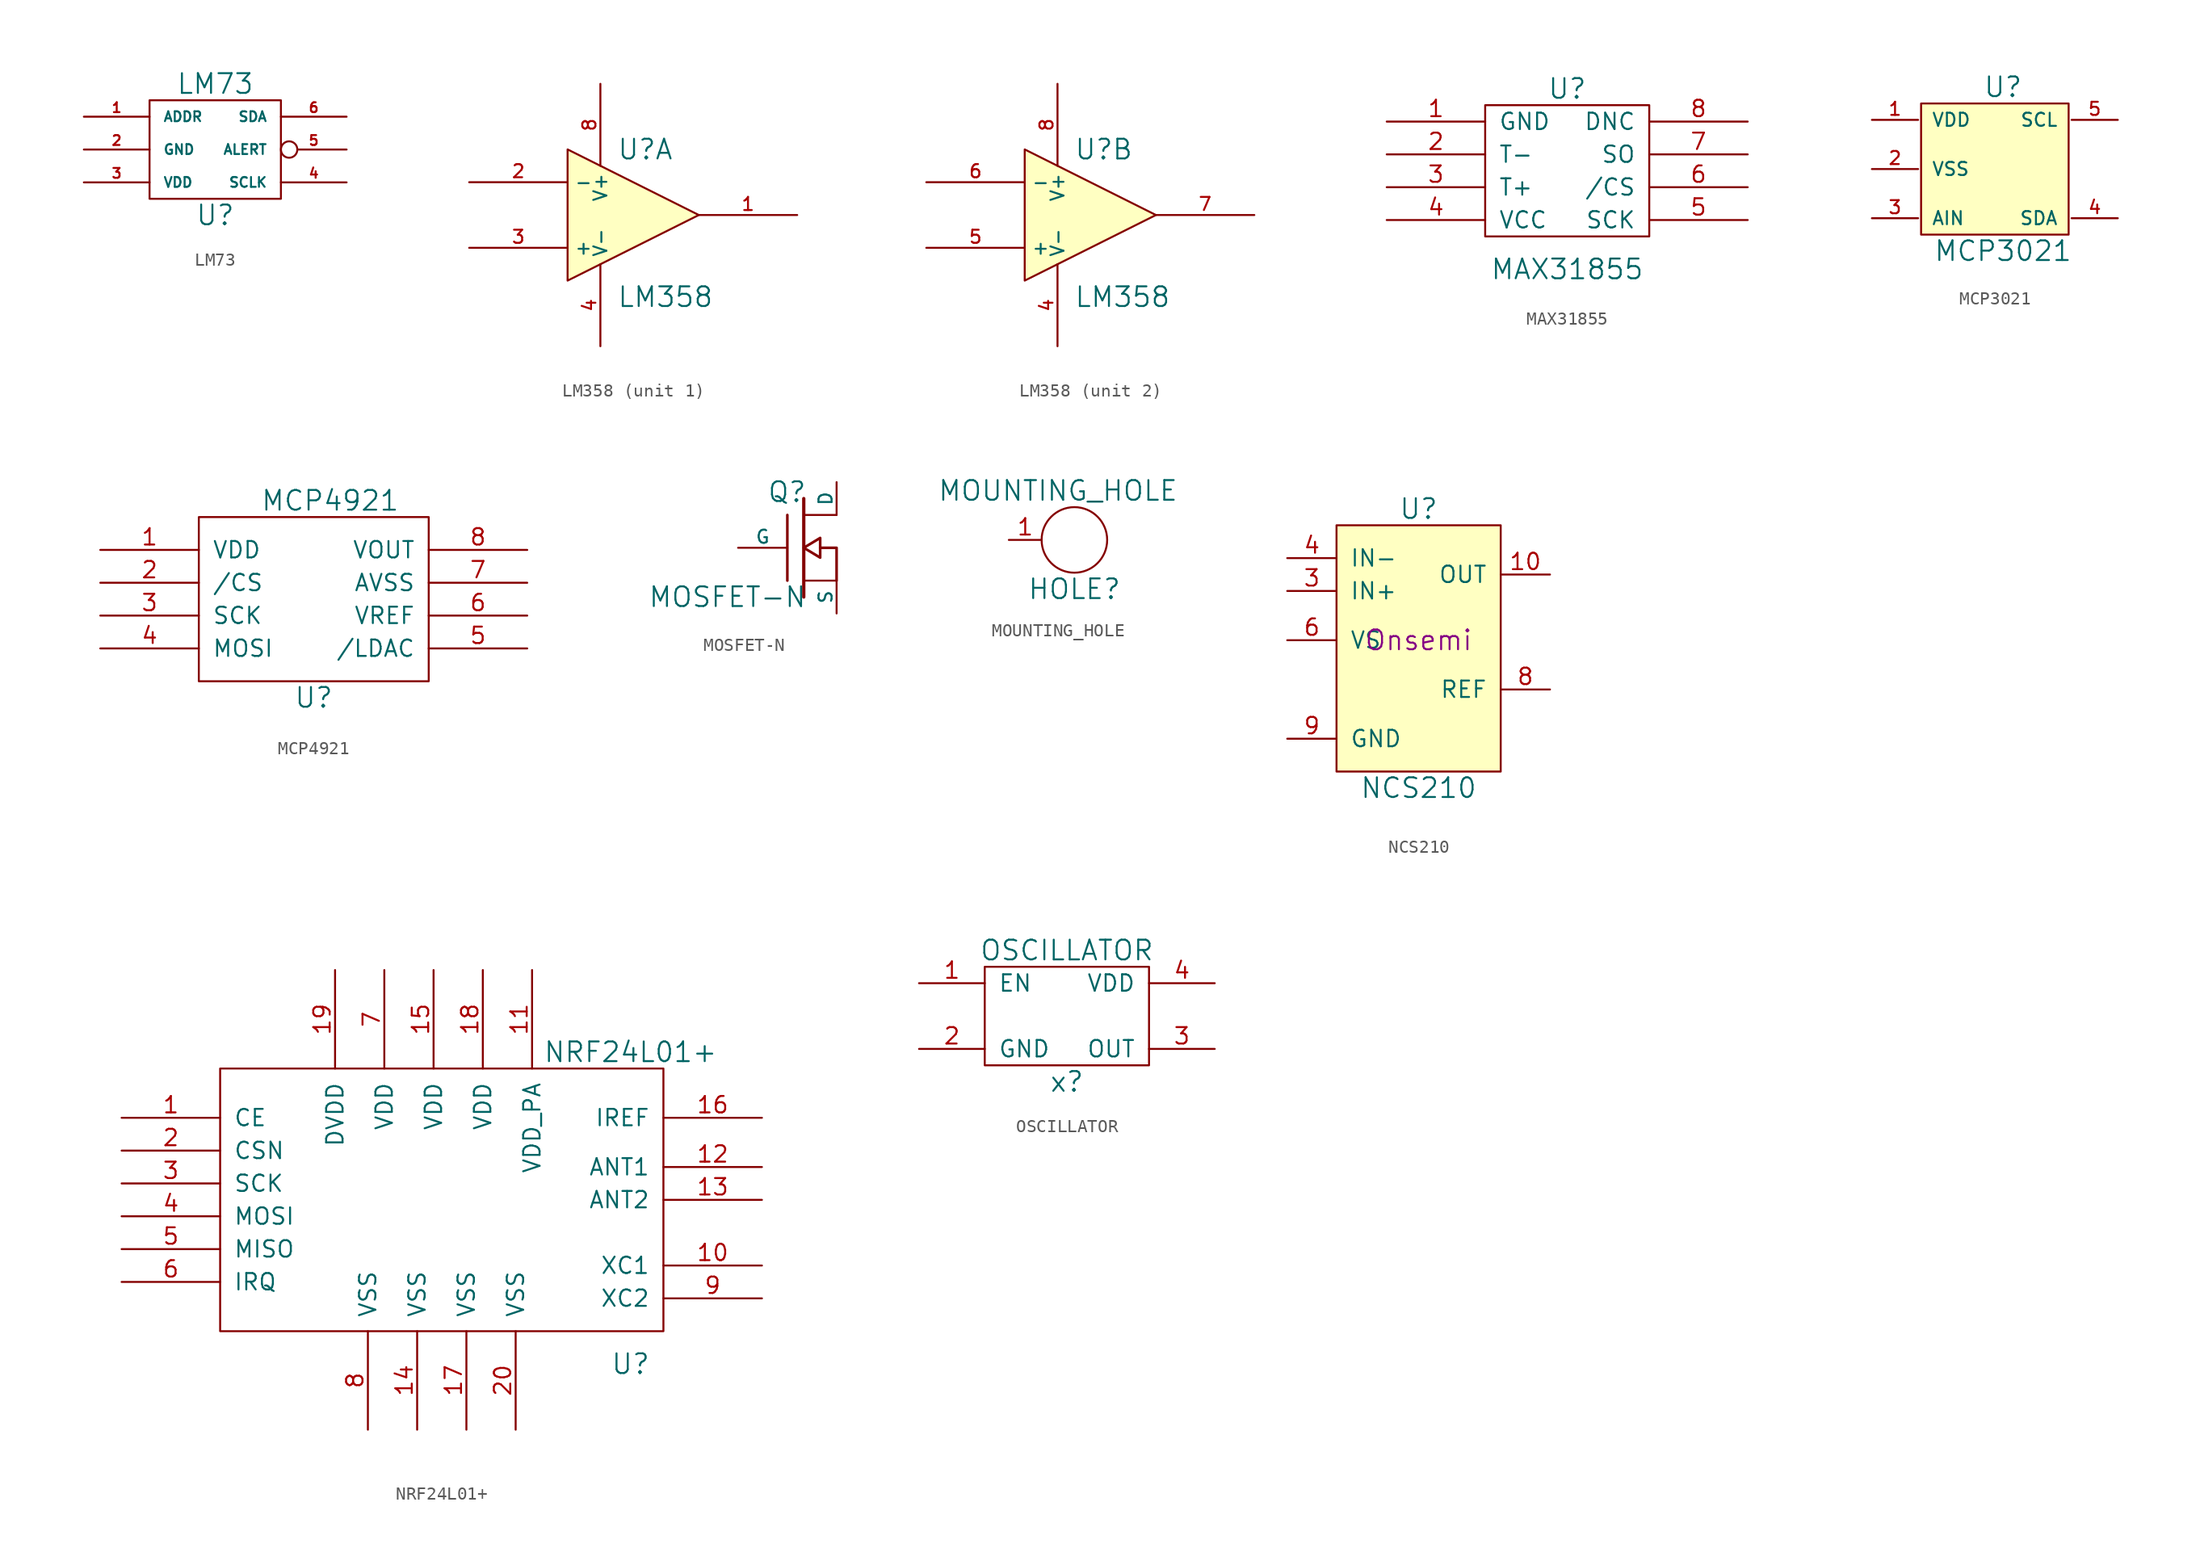
<source format=kicad_sym>
(kicad_symbol_lib
  (version 20211014)
  (generator kicad_symbol_editor)
  (symbol "LM73"
    (pin_names
      (offset 1.016))
    (property "Reference" "U"
      (at 0 -5.08 0)
      (effects (font (size 1.524 1.524))))
    (property "Value" "LM73"
      (at 0 5.08 0)
      (effects (font (size 1.524 1.524))))
    (property "Datasheet" ""
      (at 0 0 0)
      (effects (font (size 1.524 1.524))))
    (symbol "LM73_0_1"
      (rectangle (start -5.08 3.81) (end 5.08 -3.81) (stroke (width 0) (type default) (color 0 0 0 0)) (fill (type none))))
    (symbol "LM73_1_1"
      (pin bidirectional line (at -10.16 2.54 0) (length 5.08) (name "ADDR" (effects (font (size 0.762 0.762)))) (number "1" (effects (font (size 0.762 0.762)))))
      (pin bidirectional line (at -10.16 0 0) (length 5.08) (name "GND" (effects (font (size 0.762 0.762)))) (number "2" (effects (font (size 0.762 0.762)))))
      (pin bidirectional line (at -10.16 -2.54 0) (length 5.08) (name "VDD" (effects (font (size 0.762 0.762)))) (number "3" (effects (font (size 0.762 0.762)))))
      (pin bidirectional line (at 10.16 -2.54 180) (length 5.08) (name "SCLK" (effects (font (size 0.762 0.762)))) (number "4" (effects (font (size 0.762 0.762)))))
      (pin bidirectional inverted (at 10.16 0 180) (length 5.08) (name "ALERT" (effects (font (size 0.762 0.762)))) (number "5" (effects (font (size 0.762 0.762)))))
      (pin bidirectional line (at 10.16 2.54 180) (length 5.08) (name "SDA" (effects (font (size 0.762 0.762)))) (number "6" (effects (font (size 0.762 0.762)))))))
  (symbol "LM358"
    (property "Reference" "U"
      (at -1.27 5.08 0)
      (effects (font (size 1.524 1.524)) (justify left)))
    (property "Value" "LM358"
      (at -1.27 -6.35 0)
      (effects (font (size 1.524 1.524)) (justify left)))
    (property "Footprint" ""
      (at 0 0 0)
      (effects (font (size 1.524 1.524))))
    (property "Datasheet" ""
      (at 0 0 0)
      (effects (font (size 1.524 1.524))))
    (symbol "LM358_0_1"
      (polyline (pts (xy -5.08 5.08) (xy 5.08 0) (xy -5.08 -5.08) (xy -5.08 5.08)) (stroke (width 0.152) (type default) (color 0 0 0 0)) (fill (type background)))
      (pin power_in line (at -2.54 -10.16 90) (length 6.35) (name "V-" (effects (font (size 1.016 1.016)))) (number "4" (effects (font (size 1.016 1.016)))))
      (pin power_in line (at -2.54 10.16 270) (length 6.35) (name "V+" (effects (font (size 1.016 1.016)))) (number "8" (effects (font (size 1.016 1.016))))))
    (symbol "LM358_1_1"
      (pin output line (at 12.7 0 180) (length 7.62) (name "~" (effects (font (size 1.016 1.016)))) (number "1" (effects (font (size 1.016 1.016)))))
      (pin input line (at -12.7 2.54 0) (length 7.62) (name "-" (effects (font (size 1.016 1.016)))) (number "2" (effects (font (size 1.016 1.016)))))
      (pin input line (at -12.7 -2.54 0) (length 7.62) (name "+" (effects (font (size 1.016 1.016)))) (number "3" (effects (font (size 1.016 1.016))))))
    (symbol "LM358_2_1"
      (pin input line (at -12.7 -2.54 0) (length 7.62) (name "+" (effects (font (size 1.016 1.016)))) (number "5" (effects (font (size 1.016 1.016)))))
      (pin input line (at -12.7 2.54 0) (length 7.62) (name "-" (effects (font (size 1.016 1.016)))) (number "6" (effects (font (size 1.016 1.016)))))
      (pin output line (at 12.7 0 180) (length 7.62) (name "~" (effects (font (size 1.016 1.016)))) (number "7" (effects (font (size 1.016 1.016)))))))
  (symbol "MAX31855"
    (pin_names
      (offset 1.016))
    (property "Reference" "U"
      (at 0 6.35 0)
      (effects (font (size 1.524 1.524))))
    (property "Value" "MAX31855"
      (at 0 -7.62 0)
      (effects (font (size 1.524 1.524))))
    (property "Footprint" ""
      (at 0 0 0)
      (effects (font (size 1.524 1.524))))
    (property "Datasheet" ""
      (at 0 0 0)
      (effects (font (size 1.524 1.524))))
    (symbol "MAX31855_0_1"
      (rectangle (start 6.35 5.08) (end -6.35 -5.08) (stroke (width 0) (type default) (color 0 0 0 0)) (fill (type none))))
    (symbol "MAX31855_1_1"
      (pin bidirectional line (at -13.97 3.81 0) (length 7.62) (name "GND" (effects (font (size 1.27 1.27)))) (number "1" (effects (font (size 1.27 1.27)))))
      (pin bidirectional line (at -13.97 1.27 0) (length 7.62) (name "T-" (effects (font (size 1.27 1.27)))) (number "2" (effects (font (size 1.27 1.27)))))
      (pin bidirectional line (at -13.97 -1.27 0) (length 7.62) (name "T+" (effects (font (size 1.27 1.27)))) (number "3" (effects (font (size 1.27 1.27)))))
      (pin bidirectional line (at -13.97 -3.81 0) (length 7.62) (name "VCC" (effects (font (size 1.27 1.27)))) (number "4" (effects (font (size 1.27 1.27)))))
      (pin bidirectional line (at 13.97 -3.81 180) (length 7.62) (name "SCK" (effects (font (size 1.27 1.27)))) (number "5" (effects (font (size 1.27 1.27)))))
      (pin bidirectional line (at 13.97 -1.27 180) (length 7.62) (name "/CS" (effects (font (size 1.27 1.27)))) (number "6" (effects (font (size 1.27 1.27)))))
      (pin bidirectional line (at 13.97 1.27 180) (length 7.62) (name "SO" (effects (font (size 1.27 1.27)))) (number "7" (effects (font (size 1.27 1.27)))))
      (pin bidirectional line (at 13.97 3.81 180) (length 7.62) (name "DNC" (effects (font (size 1.27 1.27)))) (number "8" (effects (font (size 1.27 1.27)))))))
  (symbol "MCP3021"
    (pin_names
      (offset 1.016))
    (property "Reference" "U"
      (at 0 6.35 0)
      (effects (font (size 1.524 1.524))))
    (property "Value" "MCP3021"
      (at 0 -6.35 0)
      (effects (font (size 1.524 1.524))))
    (property "Datasheet" ""
      (at 0 0 0)
      (effects (font (size 1.524 1.524))))
    (symbol "MCP3021_0_1"
      (rectangle (start -6.35 5.08) (end 5.08 -5.08) (stroke (width 0) (type default) (color 0 0 0 0)) (fill (type background))))
    (symbol "MCP3021_1_1"
      (pin output line (at -10.16 3.81 0) (length 3.581) (name "VDD" (effects (font (size 1.016 1.016)))) (number "1" (effects (font (size 1.016 1.016)))))
      (pin output line (at -10.16 0 0) (length 3.581) (name "VSS" (effects (font (size 1.016 1.016)))) (number "2" (effects (font (size 1.016 1.016)))))
      (pin output line (at -10.16 -3.81 0) (length 3.581) (name "AIN" (effects (font (size 1.016 1.016)))) (number "3" (effects (font (size 1.016 1.016)))))
      (pin output line (at 8.89 -3.81 180) (length 3.581) (name "SDA" (effects (font (size 1.016 1.016)))) (number "4" (effects (font (size 1.016 1.016)))))
      (pin output line (at 8.89 3.81 180) (length 3.581) (name "SCL" (effects (font (size 1.016 1.016)))) (number "5" (effects (font (size 1.016 1.016)))))))
  (symbol "MCP4921"
    (pin_names
      (offset 1.016))
    (property "Reference" "U"
      (at 0 -7.62 0)
      (effects (font (size 1.524 1.524))))
    (property "Value" "MCP4921"
      (at 1.27 7.62 0)
      (effects (font (size 1.524 1.524))))
    (property "Footprint" ""
      (at 0 0 0)
      (effects (font (size 1.524 1.524))))
    (property "Datasheet" ""
      (at 0 0 0)
      (effects (font (size 1.524 1.524))))
    (symbol "MCP4921_0_1"
      (rectangle (start -8.89 6.35) (end 8.89 -6.35) (stroke (width 0) (type default) (color 0 0 0 0)) (fill (type none))))
    (symbol "MCP4921_1_1"
      (pin input line (at -16.51 3.81 0) (length 7.62) (name "VDD" (effects (font (size 1.27 1.27)))) (number "1" (effects (font (size 1.27 1.27)))))
      (pin input line (at -16.51 1.27 0) (length 7.62) (name "/CS" (effects (font (size 1.27 1.27)))) (number "2" (effects (font (size 1.27 1.27)))))
      (pin input line (at -16.51 -1.27 0) (length 7.62) (name "SCK" (effects (font (size 1.27 1.27)))) (number "3" (effects (font (size 1.27 1.27)))))
      (pin input line (at -16.51 -3.81 0) (length 7.62) (name "MOSI" (effects (font (size 1.27 1.27)))) (number "4" (effects (font (size 1.27 1.27)))))
      (pin input line (at 16.51 -3.81 180) (length 7.62) (name "/LDAC" (effects (font (size 1.27 1.27)))) (number "5" (effects (font (size 1.27 1.27)))))
      (pin input line (at 16.51 -1.27 180) (length 7.62) (name "VREF" (effects (font (size 1.27 1.27)))) (number "6" (effects (font (size 1.27 1.27)))))
      (pin input line (at 16.51 1.27 180) (length 7.62) (name "AVSS" (effects (font (size 1.27 1.27)))) (number "7" (effects (font (size 1.27 1.27)))))
      (pin input line (at 16.51 3.81 180) (length 7.62) (name "VOUT" (effects (font (size 1.27 1.27)))) (number "8" (effects (font (size 1.27 1.27)))))))
  (symbol "MOSFET-N"
    (pin_numbers hide)
    (pin_names
      (offset 0))
    (property "Reference" "Q"
      (at 0.254 4.318 0)
      (effects (font (size 1.524 1.524)) (justify right)))
    (property "Value" "MOSFET-N"
      (at 0.254 -3.81 0)
      (effects (font (size 1.524 1.524)) (justify right)))
    (property "Footprint" ""
      (at 0 0 0)
      (effects (font (size 1.524 1.524))))
    (property "Datasheet" ""
      (at 0 0 0)
      (effects (font (size 1.524 1.524))))
    (symbol "MOSFET-N_0_1"
      (polyline (pts (xy -1.27 -2.54) (xy -1.27 2.54)) (stroke (width 0.203) (type default) (color 0 0 0 0)) (fill (type none)))
      (polyline (pts (xy 0 -3.81) (xy 0 3.81)) (stroke (width 0.254) (type default) (color 0 0 0 0)) (fill (type none)))
      (polyline (pts (xy 2.54 -2.54) (xy 0 -2.54)) (stroke (width 0) (type default) (color 0 0 0 0)) (fill (type none)))
      (polyline (pts (xy 2.54 2.54) (xy 0 2.54)) (stroke (width 0) (type default) (color 0 0 0 0)) (fill (type none)))
      (polyline (pts (xy 2.54 -2.54) (xy 2.54 0) (xy 1.27 0)) (stroke (width 0.203) (type default) (color 0 0 0 0)) (fill (type none)))
      (polyline (pts (xy 1.27 0.762) (xy 1.27 -0.762) (xy 0 0) (xy 1.27 0.762) (xy 1.27 0.762)) (stroke (width 0.203) (type default) (color 0 0 0 0)) (fill (type none))))
    (symbol "MOSFET-N_1_1"
      (pin passive line (at 2.54 5.08 270) (length 2.54) (name "D" (effects (font (size 1.016 1.016)))) (number "D" (effects (font (size 1.016 1.016)))))
      (pin input line (at -5.08 0 0) (length 3.81) (name "G" (effects (font (size 1.016 1.016)))) (number "G" (effects (font (size 1.016 1.016)))))
      (pin passive line (at 2.54 -5.08 90) (length 2.54) (name "S" (effects (font (size 1.016 1.016)))) (number "S" (effects (font (size 1.016 1.016)))))))
  (symbol "MOUNTING_HOLE"
    (pin_names
      (offset 1.016))
    (property "Reference" "HOLE"
      (at 0 -3.81 0)
      (effects (font (size 1.524 1.524))))
    (property "Value" "MOUNTING_HOLE"
      (at -1.27 3.81 0)
      (effects (font (size 1.524 1.524))))
    (property "Footprint" ""
      (at 0 0 0)
      (effects (font (size 1.524 1.524))))
    (property "Datasheet" ""
      (at 0 0 0)
      (effects (font (size 1.524 1.524))))
    (symbol "MOUNTING_HOLE_0_1"
      (circle (center 0 0) (radius 2.54) (stroke (width 0) (type default) (color 0 0 0 0)) (fill (type none))))
    (symbol "MOUNTING_HOLE_1_1"
      (pin input line (at -5.08 0 0) (length 2.54) (name "~" (effects (font (size 1.27 1.27)))) (number "1" (effects (font (size 1.27 1.27)))))))
  (symbol "NCS210"
    (pin_names
      (offset 1.016))
    (property "Reference" "U"
      (at 0 10.16 0)
      (effects (font (size 1.524 1.524))))
    (property "Value" "NCS210"
      (at 0 -11.43 0)
      (effects (font (size 1.524 1.524))))
    (property "MFR" "Onsemi"
      (at 0 0 0)
      (effects (font (size 1.524 1.524))))
    (symbol "NCS210_0_1"
      (rectangle (start -6.35 8.89) (end 6.35 -10.16) (stroke (width 0) (type default) (color 0 0 0 0)) (fill (type background))))
    (symbol "NCS210_1_1"
      (pin passive line (at 10.16 5.08 180) (length 3.81) (name "OUT" (effects (font (size 1.27 1.27)))) (number "10" (effects (font (size 1.27 1.27)))))
      (pin passive line (at -10.16 3.81 0) (length 3.81) hide (name "IN+" (effects (font (size 1.27 1.27)))) (number "2" (effects (font (size 1.27 1.27)))))
      (pin passive line (at -10.16 3.81 0) (length 3.81) (name "IN+" (effects (font (size 1.27 1.27)))) (number "3" (effects (font (size 1.27 1.27)))))
      (pin passive line (at -10.16 6.35 0) (length 3.81) (name "IN-" (effects (font (size 1.27 1.27)))) (number "4" (effects (font (size 1.27 1.27)))))
      (pin passive line (at -10.16 6.35 0) (length 3.81) hide (name "IN-" (effects (font (size 1.27 1.27)))) (number "5" (effects (font (size 1.27 1.27)))))
      (pin passive line (at -10.16 0 0) (length 3.81) (name "VS" (effects (font (size 1.27 1.27)))) (number "6" (effects (font (size 1.27 1.27)))))
      (pin passive line (at 10.16 -3.81 180) (length 3.81) (name "REF" (effects (font (size 1.27 1.27)))) (number "8" (effects (font (size 1.27 1.27)))))
      (pin passive line (at -10.16 -7.62 0) (length 3.81) (name "GND" (effects (font (size 1.27 1.27)))) (number "9" (effects (font (size 1.27 1.27)))))))
  (symbol "NRF24L01+"
    (pin_names
      (offset 1.016))
    (property "Reference" "U"
      (at 15.24 -11.43 0)
      (effects (font (size 1.524 1.524))))
    (property "Value" "NRF24L01+"
      (at 15.24 12.7 0)
      (effects (font (size 1.524 1.524))))
    (property "Footprint" ""
      (at 0 0 0)
      (effects (font (size 1.524 1.524))))
    (property "Datasheet" ""
      (at 0 0 0)
      (effects (font (size 1.524 1.524))))
    (symbol "NRF24L01+_0_1"
      (rectangle (start -16.51 -8.89) (end 17.78 11.43) (stroke (width 0) (type default) (color 0 0 0 0)) (fill (type none))))
    (symbol "NRF24L01+_1_1"
      (pin input line (at -24.13 7.62 0) (length 7.62) (name "CE" (effects (font (size 1.27 1.27)))) (number "1" (effects (font (size 1.27 1.27)))))
      (pin input line (at 25.4 -3.81 180) (length 7.62) (name "XC1" (effects (font (size 1.27 1.27)))) (number "10" (effects (font (size 1.27 1.27)))))
      (pin input line (at 7.62 19.05 270) (length 7.62) (name "VDD_PA" (effects (font (size 1.27 1.27)))) (number "11" (effects (font (size 1.27 1.27)))))
      (pin input line (at 25.4 3.81 180) (length 7.62) (name "ANT1" (effects (font (size 1.27 1.27)))) (number "12" (effects (font (size 1.27 1.27)))))
      (pin input line (at 25.4 1.27 180) (length 7.62) (name "ANT2" (effects (font (size 1.27 1.27)))) (number "13" (effects (font (size 1.27 1.27)))))
      (pin input line (at -1.27 -16.51 90) (length 7.62) (name "VSS" (effects (font (size 1.27 1.27)))) (number "14" (effects (font (size 1.27 1.27)))))
      (pin input line (at 0 19.05 270) (length 7.62) (name "VDD" (effects (font (size 1.27 1.27)))) (number "15" (effects (font (size 1.27 1.27)))))
      (pin input line (at 25.4 7.62 180) (length 7.62) (name "IREF" (effects (font (size 1.27 1.27)))) (number "16" (effects (font (size 1.27 1.27)))))
      (pin input line (at 2.54 -16.51 90) (length 7.62) (name "VSS" (effects (font (size 1.27 1.27)))) (number "17" (effects (font (size 1.27 1.27)))))
      (pin input line (at 3.81 19.05 270) (length 7.62) (name "VDD" (effects (font (size 1.27 1.27)))) (number "18" (effects (font (size 1.27 1.27)))))
      (pin input line (at -7.62 19.05 270) (length 7.62) (name "DVDD" (effects (font (size 1.27 1.27)))) (number "19" (effects (font (size 1.27 1.27)))))
      (pin input line (at -24.13 5.08 0) (length 7.62) (name "CSN" (effects (font (size 1.27 1.27)))) (number "2" (effects (font (size 1.27 1.27)))))
      (pin input line (at 6.35 -16.51 90) (length 7.62) (name "VSS" (effects (font (size 1.27 1.27)))) (number "20" (effects (font (size 1.27 1.27)))))
      (pin input line (at -24.13 2.54 0) (length 7.62) (name "SCK" (effects (font (size 1.27 1.27)))) (number "3" (effects (font (size 1.27 1.27)))))
      (pin input line (at -24.13 0 0) (length 7.62) (name "MOSI" (effects (font (size 1.27 1.27)))) (number "4" (effects (font (size 1.27 1.27)))))
      (pin input line (at -24.13 -2.54 0) (length 7.62) (name "MISO" (effects (font (size 1.27 1.27)))) (number "5" (effects (font (size 1.27 1.27)))))
      (pin input line (at -24.13 -5.08 0) (length 7.62) (name "IRQ" (effects (font (size 1.27 1.27)))) (number "6" (effects (font (size 1.27 1.27)))))
      (pin input line (at -3.81 19.05 270) (length 7.62) (name "VDD" (effects (font (size 1.27 1.27)))) (number "7" (effects (font (size 1.27 1.27)))))
      (pin input line (at -5.08 -16.51 90) (length 7.62) (name "VSS" (effects (font (size 1.27 1.27)))) (number "8" (effects (font (size 1.27 1.27)))))
      (pin input line (at 25.4 -6.35 180) (length 7.62) (name "XC2" (effects (font (size 1.27 1.27)))) (number "9" (effects (font (size 1.27 1.27)))))))
  (symbol "OSCILLATOR"
    (pin_names
      (offset 1.016))
    (property "Reference" "x"
      (at 0 -5.08 0)
      (effects (font (size 1.524 1.524))))
    (property "Value" "OSCILLATOR"
      (at 0 5.08 0)
      (effects (font (size 1.524 1.524))))
    (property "Footprint" ""
      (at 0 0 0)
      (effects (font (size 1.524 1.524))))
    (property "Datasheet" ""
      (at 0 0 0)
      (effects (font (size 1.524 1.524))))
    (symbol "OSCILLATOR_0_1"
      (rectangle (start -6.35 3.81) (end 6.35 -3.81) (stroke (width 0) (type default) (color 0 0 0 0)) (fill (type none))))
    (symbol "OSCILLATOR_1_1"
      (pin input line (at -11.43 2.54 0) (length 5.08) (name "EN" (effects (font (size 1.27 1.27)))) (number "1" (effects (font (size 1.27 1.27)))))
      (pin input line (at -11.43 -2.54 0) (length 5.08) (name "GND" (effects (font (size 1.27 1.27)))) (number "2" (effects (font (size 1.27 1.27)))))
      (pin input line (at 11.43 -2.54 180) (length 5.08) (name "OUT" (effects (font (size 1.27 1.27)))) (number "3" (effects (font (size 1.27 1.27)))))
      (pin input line (at 11.43 2.54 180) (length 5.08) (name "VDD" (effects (font (size 1.27 1.27)))) (number "4" (effects (font (size 1.27 1.27))))))))
</source>
